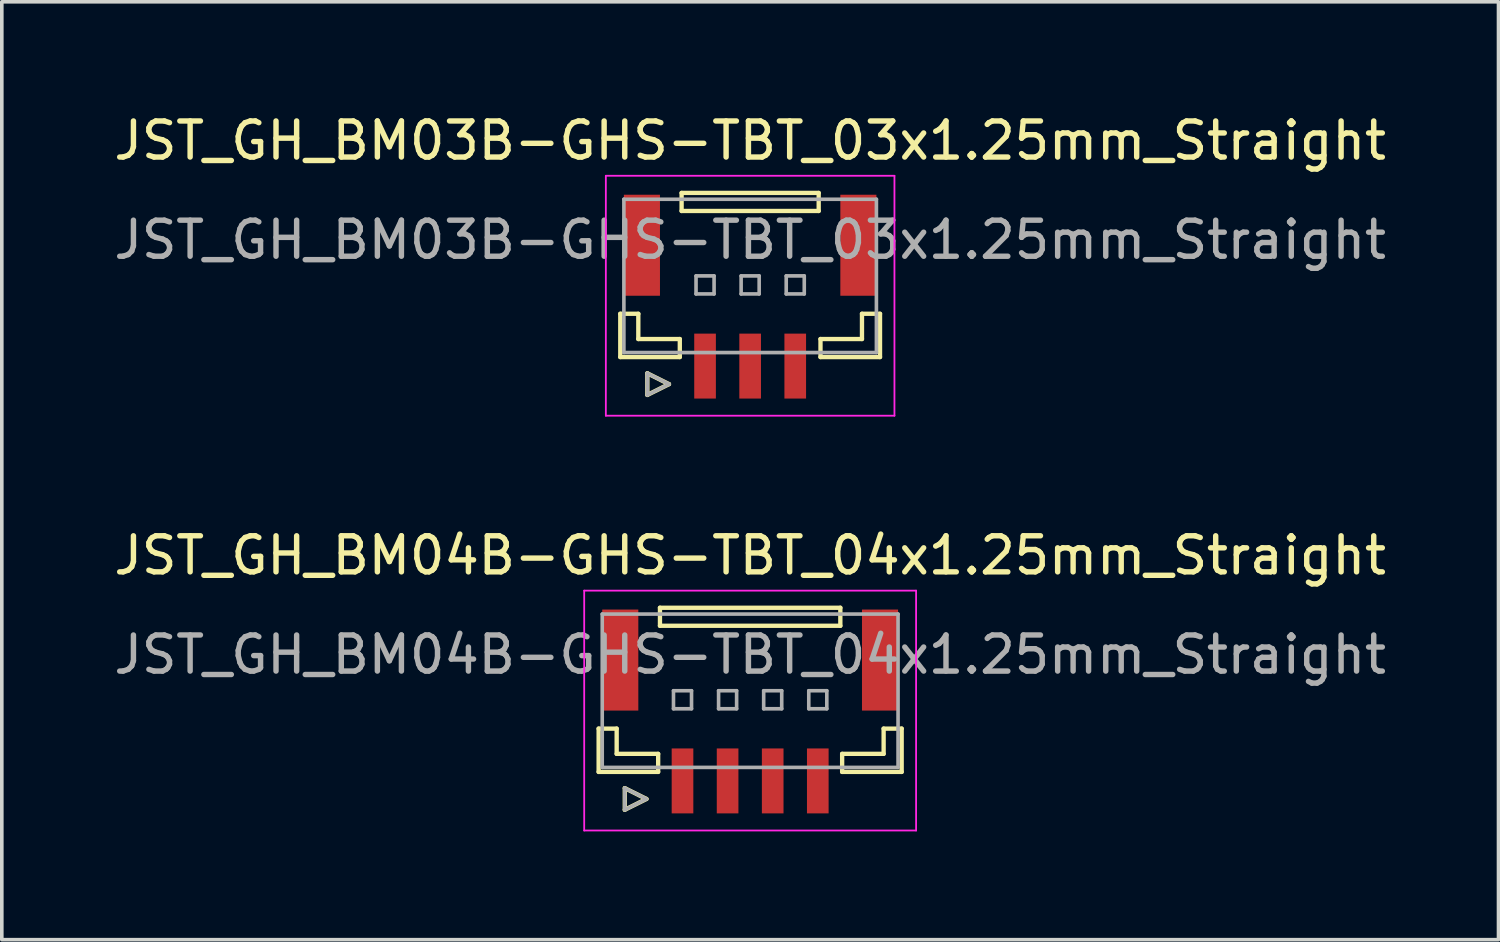
<source format=kicad_pcb>
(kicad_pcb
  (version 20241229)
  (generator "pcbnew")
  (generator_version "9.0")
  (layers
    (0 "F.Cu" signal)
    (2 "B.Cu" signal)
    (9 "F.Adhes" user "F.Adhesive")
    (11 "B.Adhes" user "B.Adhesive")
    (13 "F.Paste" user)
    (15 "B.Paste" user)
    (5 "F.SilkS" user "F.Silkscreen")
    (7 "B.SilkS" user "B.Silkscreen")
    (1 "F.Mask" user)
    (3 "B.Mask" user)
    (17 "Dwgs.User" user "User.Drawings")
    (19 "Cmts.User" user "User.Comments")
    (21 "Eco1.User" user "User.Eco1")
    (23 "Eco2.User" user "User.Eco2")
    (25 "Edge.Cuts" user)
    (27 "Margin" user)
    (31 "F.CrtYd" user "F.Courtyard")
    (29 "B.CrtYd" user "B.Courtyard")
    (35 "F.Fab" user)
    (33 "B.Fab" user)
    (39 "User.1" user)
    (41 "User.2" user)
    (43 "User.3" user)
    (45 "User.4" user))
  (footprint "JST_GH_BM04B-GHS-TBT_04x1.25mm_Straight"
    (layer "F.Cu")
    (at 17.744 16.922)
    (property "Reference" "JST_GH_BM04B-GHS-TBT_04x1.25mm_Straight" (at 0 -4.575 0) (layer "F.SilkS") (effects (font (size 1 1) (thickness 0.15))))
    (attr smd)
    (fp_line (start -4.2 0.225) (end -4.2 1.425) (stroke (width 0.12) (type solid)) (layer "F.SilkS"))
    (fp_line (start -4.2 1.425) (end -2.55 1.425) (stroke (width 0.12) (type solid)) (layer "F.SilkS"))
    (fp_line (start -3.7 0.225) (end -4.2 0.225) (stroke (width 0.12) (type solid)) (layer "F.SilkS"))
    (fp_line (start -3.7 0.925) (end -3.7 0.225) (stroke (width 0.12) (type solid)) (layer "F.SilkS"))
    (fp_line (start -3.475 1.875) (end -2.875 2.175) (stroke (width 0.12) (type solid)) (layer "F.SilkS"))
    (fp_line (start -3.475 2.475) (end -3.475 1.875) (stroke (width 0.12) (type solid)) (layer "F.SilkS"))
    (fp_line (start -2.875 2.175) (end -3.475 2.475) (stroke (width 0.12) (type solid)) (layer "F.SilkS"))
    (fp_line (start -2.55 0.925) (end -3.7 0.925) (stroke (width 0.12) (type solid)) (layer "F.SilkS"))
    (fp_line (start -2.55 1.425) (end -2.55 0.925) (stroke (width 0.12) (type solid)) (layer "F.SilkS"))
    (fp_line (start -2.5 -3.125) (end 2.5 -3.125) (stroke (width 0.12) (type solid)) (layer "F.SilkS"))
    (fp_line (start -2.5 -2.625) (end -2.5 -3.125) (stroke (width 0.12) (type solid)) (layer "F.SilkS"))
    (fp_line (start 2.5 -3.125) (end 2.5 -2.625) (stroke (width 0.12) (type solid)) (layer "F.SilkS"))
    (fp_line (start 2.5 -2.625) (end -2.5 -2.625) (stroke (width 0.12) (type solid)) (layer "F.SilkS"))
    (fp_line (start 2.55 0.925) (end 3.7 0.925) (stroke (width 0.12) (type solid)) (layer "F.SilkS"))
    (fp_line (start 2.55 1.425) (end 2.55 0.925) (stroke (width 0.12) (type solid)) (layer "F.SilkS"))
    (fp_line (start 3.7 0.225) (end 4.2 0.225) (stroke (width 0.12) (type solid)) (layer "F.SilkS"))
    (fp_line (start 3.7 0.925) (end 3.7 0.225) (stroke (width 0.12) (type solid)) (layer "F.SilkS"))
    (fp_line (start 4.2 0.225) (end 4.2 1.425) (stroke (width 0.12) (type solid)) (layer "F.SilkS"))
    (fp_line (start 4.2 1.425) (end 2.55 1.425) (stroke (width 0.12) (type solid)) (layer "F.SilkS"))
    (fp_line (start -4.6 -3.6) (end 4.6 -3.6) (stroke (width 0.05) (type solid)) (layer "F.CrtYd"))
    (fp_line (start -4.6 3.05) (end -4.6 -3.6) (stroke (width 0.05) (type solid)) (layer "F.CrtYd"))
    (fp_line (start 4.6 -3.6) (end 4.6 3.05) (stroke (width 0.05) (type solid)) (layer "F.CrtYd"))
    (fp_line (start 4.6 3.05) (end -4.6 3.05) (stroke (width 0.05) (type solid)) (layer "F.CrtYd"))
    (fp_line (start -4.1 -2.95) (end 4.1 -2.95) (stroke (width 0.1) (type solid)) (layer "F.Fab"))
    (fp_line (start -4.1 1.3) (end -4.1 -2.95) (stroke (width 0.1) (type solid)) (layer "F.Fab"))
    (fp_line (start -3.475 1.875) (end -2.875 2.175) (stroke (width 0.1) (type solid)) (layer "F.Fab"))
    (fp_line (start -3.475 2.475) (end -3.475 1.875) (stroke (width 0.1) (type solid)) (layer "F.Fab"))
    (fp_line (start -2.875 2.175) (end -3.475 2.475) (stroke (width 0.1) (type solid)) (layer "F.Fab"))
    (fp_line (start -2.125 -0.825) (end -1.625 -0.825) (stroke (width 0.1) (type solid)) (layer "F.Fab"))
    (fp_line (start -2.125 -0.325) (end -2.125 -0.825) (stroke (width 0.1) (type solid)) (layer "F.Fab"))
    (fp_line (start -1.625 -0.825) (end -1.625 -0.325) (stroke (width 0.1) (type solid)) (layer "F.Fab"))
    (fp_line (start -1.625 -0.325) (end -2.125 -0.325) (stroke (width 0.1) (type solid)) (layer "F.Fab"))
    (fp_line (start -0.875 -0.825) (end -0.375 -0.825) (stroke (width 0.1) (type solid)) (layer "F.Fab"))
    (fp_line (start -0.875 -0.325) (end -0.875 -0.825) (stroke (width 0.1) (type solid)) (layer "F.Fab"))
    (fp_line (start -0.375 -0.825) (end -0.375 -0.325) (stroke (width 0.1) (type solid)) (layer "F.Fab"))
    (fp_line (start -0.375 -0.325) (end -0.875 -0.325) (stroke (width 0.1) (type solid)) (layer "F.Fab"))
    (fp_line (start 0.375 -0.825) (end 0.875 -0.825) (stroke (width 0.1) (type solid)) (layer "F.Fab"))
    (fp_line (start 0.375 -0.325) (end 0.375 -0.825) (stroke (width 0.1) (type solid)) (layer "F.Fab"))
    (fp_line (start 0.875 -0.825) (end 0.875 -0.325) (stroke (width 0.1) (type solid)) (layer "F.Fab"))
    (fp_line (start 0.875 -0.325) (end 0.375 -0.325) (stroke (width 0.1) (type solid)) (layer "F.Fab"))
    (fp_line (start 1.625 -0.825) (end 2.125 -0.825) (stroke (width 0.1) (type solid)) (layer "F.Fab"))
    (fp_line (start 1.625 -0.325) (end 1.625 -0.825) (stroke (width 0.1) (type solid)) (layer "F.Fab"))
    (fp_line (start 2.125 -0.825) (end 2.125 -0.325) (stroke (width 0.1) (type solid)) (layer "F.Fab"))
    (fp_line (start 2.125 -0.325) (end 1.625 -0.325) (stroke (width 0.1) (type solid)) (layer "F.Fab"))
    (fp_line (start 4.1 -2.95) (end 4.1 1.3) (stroke (width 0.1) (type solid)) (layer "F.Fab"))
    (fp_line (start 4.1 1.3) (end -4.1 1.3) (stroke (width 0.1) (type solid)) (layer "F.Fab"))
    (fp_text user "${REFERENCE}" (at 0 -1.825 0) (layer "F.Fab") (effects (font (size 1 1) (thickness 0.15))))
    (pad "" smd rect (at -3.6 -1.675) (size 1 2.8) (layers "F.Cu" "F.Mask" "F.Paste"))
    (pad "" smd rect (at 3.6 -1.675) (size 1 2.8) (layers "F.Cu" "F.Mask" "F.Paste"))
    (pad "1" smd rect (at -1.875 1.675) (size 0.6 1.8) (layers "F.Cu" "F.Mask" "F.Paste"))
    (pad "2" smd rect (at -0.625 1.675) (size 0.6 1.8) (layers "F.Cu" "F.Mask" "F.Paste"))
    (pad "3" smd rect (at 0.625 1.675) (size 0.6 1.8) (layers "F.Cu" "F.Mask" "F.Paste"))
    (pad "4" smd rect (at 1.875 1.675) (size 0.6 1.8) (layers "F.Cu" "F.Mask" "F.Paste")))
  (footprint "JST_GH_BM03B-GHS-TBT_03x1.25mm_Straight"
    (layer "F.Cu")
    (at 17.744 5.423)
    (property "Reference" "JST_GH_BM03B-GHS-TBT_03x1.25mm_Straight" (at 0 -4.575 0) (layer "F.SilkS") (effects (font (size 1 1) (thickness 0.15))))
    (attr smd)
    (fp_line (start -3.6 0.225) (end -3.6 1.425) (stroke (width 0.12) (type solid)) (layer "F.SilkS"))
    (fp_line (start -3.6 1.425) (end -1.95 1.425) (stroke (width 0.12) (type solid)) (layer "F.SilkS"))
    (fp_line (start -3.1 0.225) (end -3.6 0.225) (stroke (width 0.12) (type solid)) (layer "F.SilkS"))
    (fp_line (start -3.1 0.925) (end -3.1 0.225) (stroke (width 0.12) (type solid)) (layer "F.SilkS"))
    (fp_line (start -2.85 1.875) (end -2.25 2.175) (stroke (width 0.12) (type solid)) (layer "F.SilkS"))
    (fp_line (start -2.85 2.475) (end -2.85 1.875) (stroke (width 0.12) (type solid)) (layer "F.SilkS"))
    (fp_line (start -2.25 2.175) (end -2.85 2.475) (stroke (width 0.12) (type solid)) (layer "F.SilkS"))
    (fp_line (start -1.95 0.925) (end -3.1 0.925) (stroke (width 0.12) (type solid)) (layer "F.SilkS"))
    (fp_line (start -1.95 1.425) (end -1.95 0.925) (stroke (width 0.12) (type solid)) (layer "F.SilkS"))
    (fp_line (start -1.9 -3.125) (end 1.9 -3.125) (stroke (width 0.12) (type solid)) (layer "F.SilkS"))
    (fp_line (start -1.9 -2.625) (end -1.9 -3.125) (stroke (width 0.12) (type solid)) (layer "F.SilkS"))
    (fp_line (start 1.9 -3.125) (end 1.9 -2.625) (stroke (width 0.12) (type solid)) (layer "F.SilkS"))
    (fp_line (start 1.9 -2.625) (end -1.9 -2.625) (stroke (width 0.12) (type solid)) (layer "F.SilkS"))
    (fp_line (start 1.95 0.925) (end 3.1 0.925) (stroke (width 0.12) (type solid)) (layer "F.SilkS"))
    (fp_line (start 1.95 1.425) (end 1.95 0.925) (stroke (width 0.12) (type solid)) (layer "F.SilkS"))
    (fp_line (start 3.1 0.225) (end 3.6 0.225) (stroke (width 0.12) (type solid)) (layer "F.SilkS"))
    (fp_line (start 3.1 0.925) (end 3.1 0.225) (stroke (width 0.12) (type solid)) (layer "F.SilkS"))
    (fp_line (start 3.6 0.225) (end 3.6 1.425) (stroke (width 0.12) (type solid)) (layer "F.SilkS"))
    (fp_line (start 3.6 1.425) (end 1.95 1.425) (stroke (width 0.12) (type solid)) (layer "F.SilkS"))
    (fp_line (start -4 -3.6) (end 4 -3.6) (stroke (width 0.05) (type solid)) (layer "F.CrtYd"))
    (fp_line (start -4 3.05) (end -4 -3.6) (stroke (width 0.05) (type solid)) (layer "F.CrtYd"))
    (fp_line (start 4 -3.6) (end 4 3.05) (stroke (width 0.05) (type solid)) (layer "F.CrtYd"))
    (fp_line (start 4 3.05) (end -4 3.05) (stroke (width 0.05) (type solid)) (layer "F.CrtYd"))
    (fp_line (start -3.5 -2.95) (end 3.5 -2.95) (stroke (width 0.1) (type solid)) (layer "F.Fab"))
    (fp_line (start -3.5 1.3) (end -3.5 -2.95) (stroke (width 0.1) (type solid)) (layer "F.Fab"))
    (fp_line (start -2.85 1.875) (end -2.25 2.175) (stroke (width 0.1) (type solid)) (layer "F.Fab"))
    (fp_line (start -2.85 2.475) (end -2.85 1.875) (stroke (width 0.1) (type solid)) (layer "F.Fab"))
    (fp_line (start -2.25 2.175) (end -2.85 2.475) (stroke (width 0.1) (type solid)) (layer "F.Fab"))
    (fp_line (start -1.5 -0.825) (end -1 -0.825) (stroke (width 0.1) (type solid)) (layer "F.Fab"))
    (fp_line (start -1.5 -0.325) (end -1.5 -0.825) (stroke (width 0.1) (type solid)) (layer "F.Fab"))
    (fp_line (start -1 -0.825) (end -1 -0.325) (stroke (width 0.1) (type solid)) (layer "F.Fab"))
    (fp_line (start -1 -0.325) (end -1.5 -0.325) (stroke (width 0.1) (type solid)) (layer "F.Fab"))
    (fp_line (start -0.25 -0.825) (end 0.25 -0.825) (stroke (width 0.1) (type solid)) (layer "F.Fab"))
    (fp_line (start -0.25 -0.325) (end -0.25 -0.825) (stroke (width 0.1) (type solid)) (layer "F.Fab"))
    (fp_line (start 0.25 -0.825) (end 0.25 -0.325) (stroke (width 0.1) (type solid)) (layer "F.Fab"))
    (fp_line (start 0.25 -0.325) (end -0.25 -0.325) (stroke (width 0.1) (type solid)) (layer "F.Fab"))
    (fp_line (start 1 -0.825) (end 1.5 -0.825) (stroke (width 0.1) (type solid)) (layer "F.Fab"))
    (fp_line (start 1 -0.325) (end 1 -0.825) (stroke (width 0.1) (type solid)) (layer "F.Fab"))
    (fp_line (start 1.5 -0.825) (end 1.5 -0.325) (stroke (width 0.1) (type solid)) (layer "F.Fab"))
    (fp_line (start 1.5 -0.325) (end 1 -0.325) (stroke (width 0.1) (type solid)) (layer "F.Fab"))
    (fp_line (start 3.5 -2.95) (end 3.5 1.3) (stroke (width 0.1) (type solid)) (layer "F.Fab"))
    (fp_line (start 3.5 1.3) (end -3.5 1.3) (stroke (width 0.1) (type solid)) (layer "F.Fab"))
    (fp_text user "${REFERENCE}" (at 0 -1.825 0) (layer "F.Fab") (effects (font (size 1 1) (thickness 0.15))))
    (pad "" smd rect (at -3 -1.675) (size 1 2.8) (layers "F.Cu" "F.Mask" "F.Paste"))
    (pad "" smd rect (at 3 -1.675) (size 1 2.8) (layers "F.Cu" "F.Mask" "F.Paste"))
    (pad "1" smd rect (at -1.25 1.675) (size 0.6 1.8) (layers "F.Cu" "F.Mask" "F.Paste"))
    (pad "2" smd rect (at 0 1.675) (size 0.6 1.8) (layers "F.Cu" "F.Mask" "F.Paste"))
    (pad "3" smd rect (at 1.25 1.675) (size 0.6 1.8) (layers "F.Cu" "F.Mask" "F.Paste")))
  (gr_rect
    (start -3 -3)
    (end 38.488 22.997)
    (stroke (width 0.1) (type default))
    (fill no)
    (layer "Edge.Cuts")))
</source>
